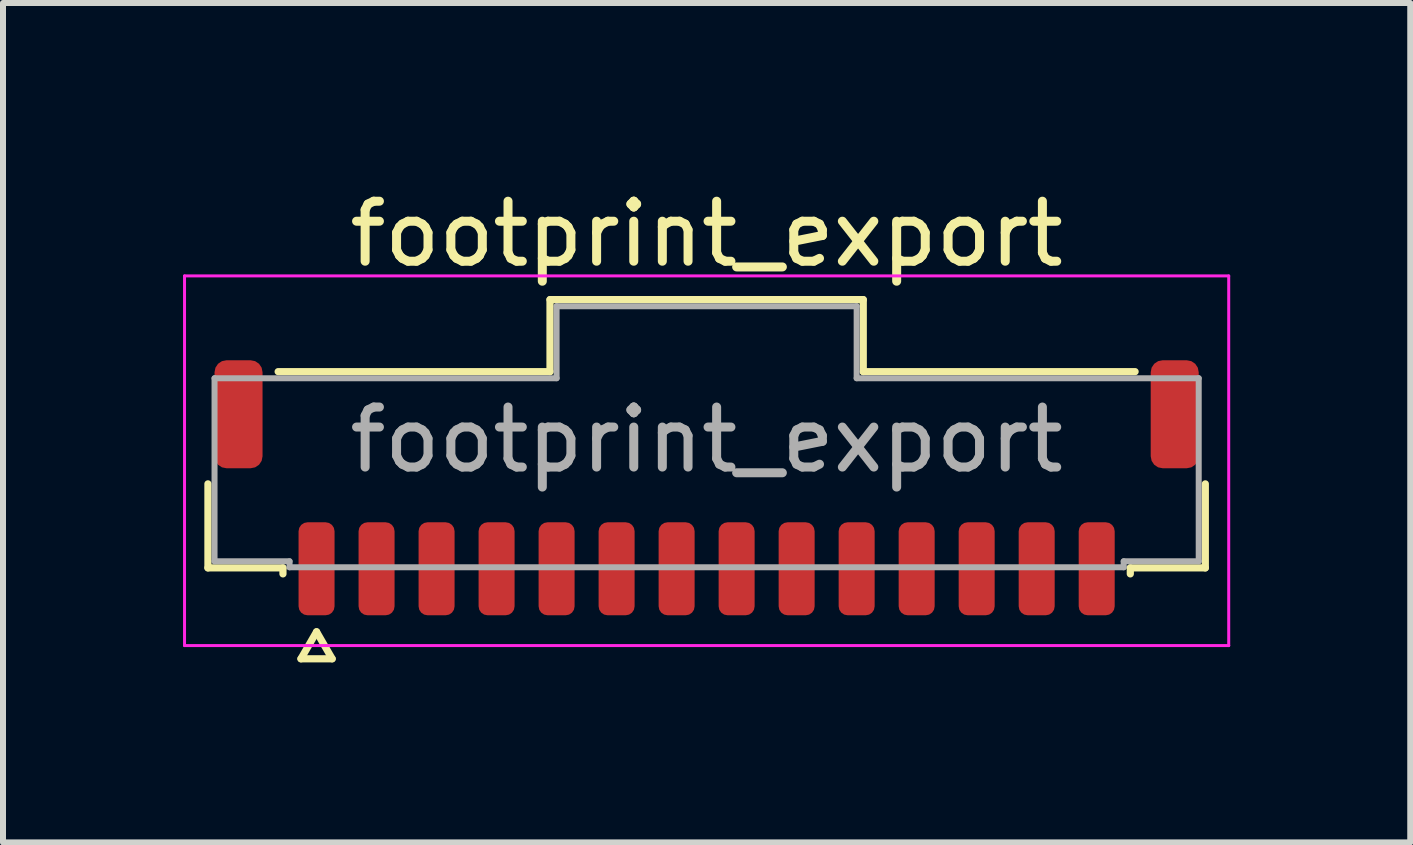
<source format=kicad_pcb>
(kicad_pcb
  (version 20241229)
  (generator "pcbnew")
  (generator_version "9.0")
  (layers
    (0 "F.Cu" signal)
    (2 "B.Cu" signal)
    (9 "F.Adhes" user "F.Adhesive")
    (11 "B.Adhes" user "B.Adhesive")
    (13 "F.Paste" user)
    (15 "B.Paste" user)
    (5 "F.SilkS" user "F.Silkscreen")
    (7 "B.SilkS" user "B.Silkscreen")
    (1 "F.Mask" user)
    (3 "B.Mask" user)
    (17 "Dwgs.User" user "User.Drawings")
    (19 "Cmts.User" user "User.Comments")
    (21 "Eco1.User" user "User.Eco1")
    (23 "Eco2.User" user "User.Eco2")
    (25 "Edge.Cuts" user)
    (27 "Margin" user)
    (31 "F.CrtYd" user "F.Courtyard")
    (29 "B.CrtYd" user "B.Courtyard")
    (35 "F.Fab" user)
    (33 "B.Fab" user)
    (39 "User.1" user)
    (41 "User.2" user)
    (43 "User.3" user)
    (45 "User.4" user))
  (footprint "footprint_export"
    (layer "F.Cu")
    (at 8.725 4.278)
    (property "Reference" "footprint_export" (at 0 -3.43 0) (layer "F.SilkS") (effects (font (size 1 1) (thickness 0.15))))
    (attr smd)
    (fp_line (start -8.31 2.135) (end -8.31 0.735) (stroke (width 0.12) (type solid)) (layer "F.SilkS"))
    (fp_line (start -7.14 -1.135) (end -2.61 -1.135) (stroke (width 0.12) (type solid)) (layer "F.SilkS"))
    (fp_line (start -7.06 2.135) (end -8.31 2.135) (stroke (width 0.12) (type solid)) (layer "F.SilkS"))
    (fp_line (start -7.06 2.235) (end -7.06 2.135) (stroke (width 0.12) (type solid)) (layer "F.SilkS"))
    (fp_line (start -6.76 3.65) (end -6.5 3.2) (stroke (width 0.12) (type solid)) (layer "F.SilkS"))
    (fp_line (start -6.5 3.2) (end -6.24 3.65) (stroke (width 0.12) (type solid)) (layer "F.SilkS"))
    (fp_line (start -6.24 3.65) (end -6.76 3.65) (stroke (width 0.12) (type solid)) (layer "F.SilkS"))
    (fp_line (start -2.61 -2.335) (end 2.61 -2.335) (stroke (width 0.12) (type solid)) (layer "F.SilkS"))
    (fp_line (start -2.61 -1.135) (end -2.61 -2.335) (stroke (width 0.12) (type solid)) (layer "F.SilkS"))
    (fp_line (start 2.61 -2.335) (end 2.61 -1.135) (stroke (width 0.12) (type solid)) (layer "F.SilkS"))
    (fp_line (start 2.61 -1.135) (end 7.14 -1.135) (stroke (width 0.12) (type solid)) (layer "F.SilkS"))
    (fp_line (start 7.06 2.135) (end 7.06 2.235) (stroke (width 0.12) (type solid)) (layer "F.SilkS"))
    (fp_line (start 8.31 0.735) (end 8.31 2.135) (stroke (width 0.12) (type solid)) (layer "F.SilkS"))
    (fp_line (start 8.31 2.135) (end 7.06 2.135) (stroke (width 0.12) (type solid)) (layer "F.SilkS"))
    (fp_line (start -8.7 -2.73) (end -8.7 3.43) (stroke (width 0.05) (type solid)) (layer "F.CrtYd"))
    (fp_line (start -8.7 3.43) (end 8.7 3.43) (stroke (width 0.05) (type solid)) (layer "F.CrtYd"))
    (fp_line (start 8.7 -2.73) (end -8.7 -2.73) (stroke (width 0.05) (type solid)) (layer "F.CrtYd"))
    (fp_line (start 8.7 3.43) (end 8.7 -2.73) (stroke (width 0.05) (type solid)) (layer "F.CrtYd"))
    (fp_line (start -8.2 -1.025) (end -2.5 -1.025) (stroke (width 0.1) (type solid)) (layer "F.Fab"))
    (fp_line (start -8.2 2.025) (end -8.2 -1.025) (stroke (width 0.1) (type solid)) (layer "F.Fab"))
    (fp_line (start -6.95 2.025) (end -8.2 2.025) (stroke (width 0.1) (type solid)) (layer "F.Fab"))
    (fp_line (start -6.95 2.125) (end -6.95 2.025) (stroke (width 0.1) (type solid)) (layer "F.Fab"))
    (fp_line (start -2.5 -2.225) (end 2.5 -2.225) (stroke (width 0.1) (type solid)) (layer "F.Fab"))
    (fp_line (start -2.5 -1.025) (end -2.5 -2.225) (stroke (width 0.1) (type solid)) (layer "F.Fab"))
    (fp_line (start 2.5 -2.225) (end 2.5 -1.025) (stroke (width 0.1) (type solid)) (layer "F.Fab"))
    (fp_line (start 2.5 -1.025) (end 8.2 -1.025) (stroke (width 0.1) (type solid)) (layer "F.Fab"))
    (fp_line (start 6.95 2.025) (end 6.95 2.125) (stroke (width 0.1) (type solid)) (layer "F.Fab"))
    (fp_line (start 6.95 2.125) (end -6.95 2.125) (stroke (width 0.1) (type solid)) (layer "F.Fab"))
    (fp_line (start 8.2 -1.025) (end 8.2 2.025) (stroke (width 0.1) (type solid)) (layer "F.Fab"))
    (fp_line (start 8.2 2.025) (end 6.95 2.025) (stroke (width 0.1) (type solid)) (layer "F.Fab"))
    (fp_text user "${REFERENCE}" (at 0 0 0) (layer "F.Fab") (effects (font (size 1 1) (thickness 0.15))))
    (pad "1" smd roundrect (at -6.5 2.15) (size 0.6 1.55) (layers "F.Cu" "F.Mask" "F.Paste") (roundrect_rratio 0.25))
    (pad "2" smd roundrect (at -5.5 2.15) (size 0.6 1.55) (layers "F.Cu" "F.Mask" "F.Paste") (roundrect_rratio 0.25))
    (pad "3" smd roundrect (at -4.5 2.15) (size 0.6 1.55) (layers "F.Cu" "F.Mask" "F.Paste") (roundrect_rratio 0.25))
    (pad "4" smd roundrect (at -3.5 2.15) (size 0.6 1.55) (layers "F.Cu" "F.Mask" "F.Paste") (roundrect_rratio 0.25))
    (pad "5" smd roundrect (at -2.5 2.15) (size 0.6 1.55) (layers "F.Cu" "F.Mask" "F.Paste") (roundrect_rratio 0.25))
    (pad "6" smd roundrect (at -1.5 2.15) (size 0.6 1.55) (layers "F.Cu" "F.Mask" "F.Paste") (roundrect_rratio 0.25))
    (pad "7" smd roundrect (at -0.5 2.15) (size 0.6 1.55) (layers "F.Cu" "F.Mask" "F.Paste") (roundrect_rratio 0.25))
    (pad "8" smd roundrect (at 0.5 2.15) (size 0.6 1.55) (layers "F.Cu" "F.Mask" "F.Paste") (roundrect_rratio 0.25))
    (pad "9" smd roundrect (at 1.5 2.15) (size 0.6 1.55) (layers "F.Cu" "F.Mask" "F.Paste") (roundrect_rratio 0.25))
    (pad "10" smd roundrect (at 2.5 2.15) (size 0.6 1.55) (layers "F.Cu" "F.Mask" "F.Paste") (roundrect_rratio 0.25))
    (pad "11" smd roundrect (at 3.5 2.15) (size 0.6 1.55) (layers "F.Cu" "F.Mask" "F.Paste") (roundrect_rratio 0.25))
    (pad "12" smd roundrect (at 4.5 2.15) (size 0.6 1.55) (layers "F.Cu" "F.Mask" "F.Paste") (roundrect_rratio 0.25))
    (pad "13" smd roundrect (at 5.5 2.15) (size 0.6 1.55) (layers "F.Cu" "F.Mask" "F.Paste") (roundrect_rratio 0.25))
    (pad "14" smd roundrect (at 6.5 2.15) (size 0.6 1.55) (layers "F.Cu" "F.Mask" "F.Paste") (roundrect_rratio 0.25))
    (pad "MP" smd roundrect (at -7.8 -0.425) (size 0.8 1.8) (layers "F.Cu" "F.Mask" "F.Paste") (roundrect_rratio 0.25))
    (pad "MP" smd roundrect (at 7.8 -0.425) (size 0.8 1.8) (layers "F.Cu" "F.Mask" "F.Paste") (roundrect_rratio 0.25)))
  (gr_rect
    (start -3 -3)
    (end 20.45 10.988)
    (stroke (width 0.1) (type default))
    (fill no)
    (layer "Edge.Cuts")))
</source>
